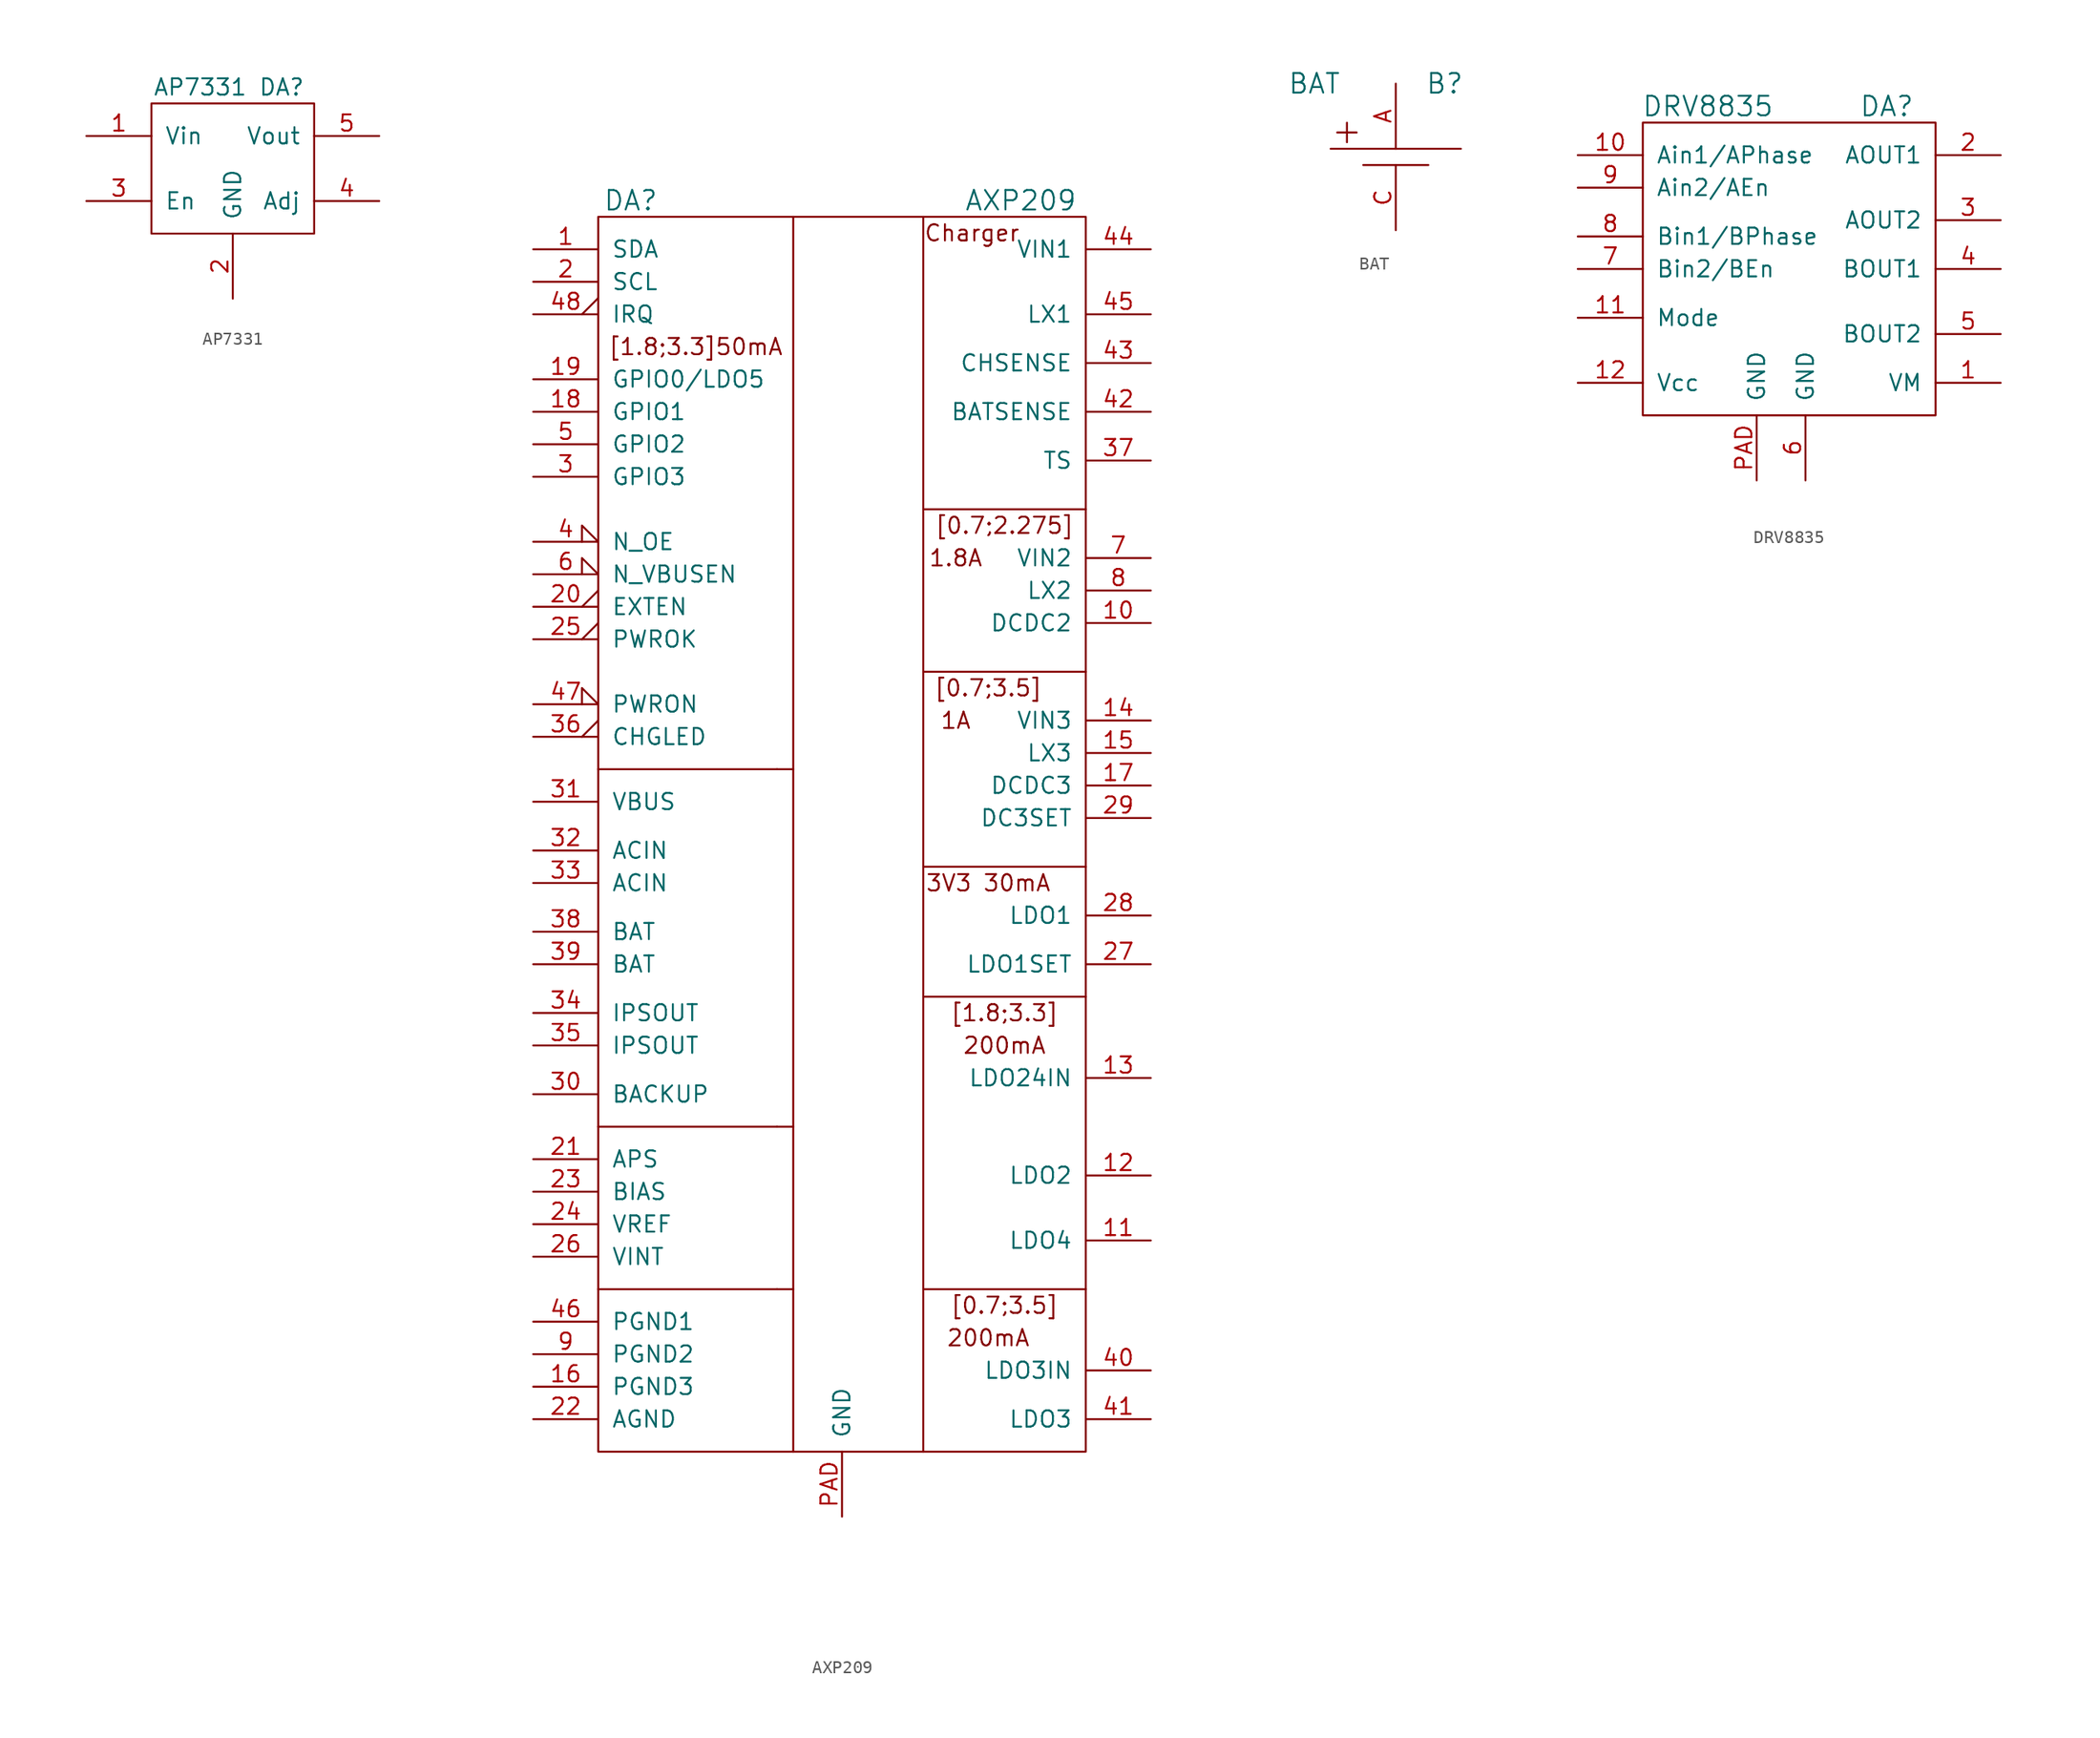
<source format=kicad_sym>
(kicad_symbol_lib
  (version 20231120)
  (generator "kicad_symbol_editor")
  (generator_version "8.0")
  (symbol "AP7331"
    (pin_names
      (offset 1.016))
    (property "Reference" "DA"
      (at 3.81 6.35 0)
      (effects (font (size 1.27 1.27))))
    (property "Value" "AP7331"
      (at -2.54 6.35 0)
      (effects (font (size 1.27 1.27))))
    (symbol "AP7331_0_1"
      (rectangle (start -6.35 5.08) (end 6.35 -5.08) (stroke (width 0) (type default)) (fill (type none))))
    (symbol "AP7331_1_1"
      (pin power_in line (at -11.43 2.54 0) (length 5.08) (name "Vin" (effects (font (size 1.27 1.27)))) (number "1" (effects (font (size 1.27 1.27)))))
      (pin passive line (at 0 -10.16 90) (length 5.08) (name "GND" (effects (font (size 1.27 1.27)))) (number "2" (effects (font (size 1.27 1.27)))))
      (pin passive line (at -11.43 -2.54 0) (length 5.08) (name "En" (effects (font (size 1.27 1.27)))) (number "3" (effects (font (size 1.27 1.27)))))
      (pin passive line (at 11.43 -2.54 180) (length 5.08) (name "Adj" (effects (font (size 1.27 1.27)))) (number "4" (effects (font (size 1.27 1.27)))))
      (pin power_out line (at 11.43 2.54 180) (length 5.08) (name "Vout" (effects (font (size 1.27 1.27)))) (number "5" (effects (font (size 1.27 1.27)))))))
  (symbol "AXP209"
    (pin_names
      (offset 1.016))
    (property "Reference" "DA"
      (at -16.51 52.07 0)
      (effects (font (size 1.524 1.524))))
    (property "Value" "AXP209"
      (at 13.97 52.07 0)
      (effects (font (size 1.524 1.524))))
    (symbol "AXP209_0_0"
      (polyline (pts (xy -5.08 -33.02) (xy -3.81 -33.02)) (stroke (width 0) (type default)) (fill (type none)))
      (polyline (pts (xy -5.08 -20.32) (xy -3.81 -20.32)) (stroke (width 0) (type default)) (fill (type none)))
      (polyline (pts (xy -5.08 7.62) (xy -3.81 7.62)) (stroke (width 0) (type default)) (fill (type none)))
      (text "1.8A" (at 8.89 24.13 0) (effects (font (size 1.27 1.27))))
      (text "1A" (at 8.89 11.43 0) (effects (font (size 1.27 1.27))))
      (text "200mA" (at 11.43 -36.83 0) (effects (font (size 1.27 1.27))))
      (text "200mA" (at 12.7 -13.97 0) (effects (font (size 1.27 1.27))))
      (text "3V3 30mA" (at 11.43 -1.27 0) (effects (font (size 1.27 1.27))))
      (text "[0.7;2.275]" (at 12.7 26.67 0) (effects (font (size 1.27 1.27))))
      (text "[0.7;3.5]" (at 11.43 13.97 0) (effects (font (size 1.27 1.27))))
      (text "[0.7;3.5]" (at 12.7 -34.29 0) (effects (font (size 1.27 1.27))))
      (text "[1.8;3.3]" (at 12.7 -11.43 0) (effects (font (size 1.27 1.27))))
      (text "[1.8;3.3]50mA" (at -11.43 40.64 0) (effects (font (size 1.27 1.27))))
      (text "Charger" (at 10.16 49.53 0) (effects (font (size 1.27 1.27)))))
    (symbol "AXP209_0_1"
      (rectangle (start -19.05 -45.72) (end 19.05 50.8) (stroke (width 0) (type default)) (fill (type none)))
      (polyline (pts (xy -19.05 -33.02) (xy -5.08 -33.02)) (stroke (width 0) (type default)) (fill (type none)))
      (polyline (pts (xy -19.05 -20.32) (xy -5.08 -20.32)) (stroke (width 0) (type default)) (fill (type none)))
      (polyline (pts (xy -19.05 7.62) (xy -5.08 7.62)) (stroke (width 0) (type default)) (fill (type none)))
      (polyline (pts (xy -3.81 -45.72) (xy -3.81 50.8)) (stroke (width 0) (type default)) (fill (type none)))
      (polyline (pts (xy 6.35 0) (xy 19.05 0)) (stroke (width 0) (type default)) (fill (type none)))
      (polyline (pts (xy 6.35 27.94) (xy 19.05 27.94)) (stroke (width 0) (type default)) (fill (type none)))
      (polyline (pts (xy 6.35 50.8) (xy 6.35 -45.72)) (stroke (width 0) (type default)) (fill (type none)))
      (polyline (pts (xy 19.05 -33.02) (xy 6.35 -33.02)) (stroke (width 0) (type default)) (fill (type none)))
      (polyline (pts (xy 19.05 -10.16) (xy 6.35 -10.16)) (stroke (width 0) (type default)) (fill (type none)))
      (polyline (pts (xy 19.05 15.24) (xy 6.35 15.24)) (stroke (width 0) (type default)) (fill (type none))))
    (symbol "AXP209_1_1"
      (pin passive line (at -24.13 48.26 0) (length 5.08) (name "SDA" (effects (font (size 1.27 1.27)))) (number "1" (effects (font (size 1.27 1.27)))))
      (pin passive line (at 24.13 19.05 180) (length 5.08) (name "DCDC2" (effects (font (size 1.27 1.27)))) (number "10" (effects (font (size 1.27 1.27)))))
      (pin power_out line (at 24.13 -29.21 180) (length 5.08) (name "LDO4" (effects (font (size 1.27 1.27)))) (number "11" (effects (font (size 1.27 1.27)))))
      (pin power_out line (at 24.13 -24.13 180) (length 5.08) (name "LDO2" (effects (font (size 1.27 1.27)))) (number "12" (effects (font (size 1.27 1.27)))))
      (pin power_in line (at 24.13 -16.51 180) (length 5.08) (name "LDO24IN" (effects (font (size 1.27 1.27)))) (number "13" (effects (font (size 1.27 1.27)))))
      (pin power_in line (at 24.13 11.43 180) (length 5.08) (name "VIN3" (effects (font (size 1.27 1.27)))) (number "14" (effects (font (size 1.27 1.27)))))
      (pin passive line (at 24.13 8.89 180) (length 5.08) (name "LX3" (effects (font (size 1.27 1.27)))) (number "15" (effects (font (size 1.27 1.27)))))
      (pin power_in line (at -24.13 -40.64 0) (length 5.08) (name "PGND3" (effects (font (size 1.27 1.27)))) (number "16" (effects (font (size 1.27 1.27)))))
      (pin passive line (at 24.13 6.35 180) (length 5.08) (name "DCDC3" (effects (font (size 1.27 1.27)))) (number "17" (effects (font (size 1.27 1.27)))))
      (pin passive line (at -24.13 35.56 0) (length 5.08) (name "GPIO1" (effects (font (size 1.27 1.27)))) (number "18" (effects (font (size 1.27 1.27)))))
      (pin passive line (at -24.13 38.1 0) (length 5.08) (name "GPIO0/LDO5" (effects (font (size 1.27 1.27)))) (number "19" (effects (font (size 1.27 1.27)))))
      (pin passive line (at -24.13 45.72 0) (length 5.08) (name "SCL" (effects (font (size 1.27 1.27)))) (number "2" (effects (font (size 1.27 1.27)))))
      (pin passive output_low (at -24.13 20.32 0) (length 5.08) (name "EXTEN" (effects (font (size 1.27 1.27)))) (number "20" (effects (font (size 1.27 1.27)))))
      (pin power_in line (at -24.13 -22.86 0) (length 5.08) (name "APS" (effects (font (size 1.27 1.27)))) (number "21" (effects (font (size 1.27 1.27)))))
      (pin power_in line (at -24.13 -43.18 0) (length 5.08) (name "AGND" (effects (font (size 1.27 1.27)))) (number "22" (effects (font (size 1.27 1.27)))))
      (pin passive line (at -24.13 -25.4 0) (length 5.08) (name "BIAS" (effects (font (size 1.27 1.27)))) (number "23" (effects (font (size 1.27 1.27)))))
      (pin passive line (at -24.13 -27.94 0) (length 5.08) (name "VREF" (effects (font (size 1.27 1.27)))) (number "24" (effects (font (size 1.27 1.27)))))
      (pin passive output_low (at -24.13 17.78 0) (length 5.08) (name "PWROK" (effects (font (size 1.27 1.27)))) (number "25" (effects (font (size 1.27 1.27)))))
      (pin passive line (at -24.13 -30.48 0) (length 5.08) (name "VINT" (effects (font (size 1.27 1.27)))) (number "26" (effects (font (size 1.27 1.27)))))
      (pin passive line (at 24.13 -7.62 180) (length 5.08) (name "LDO1SET" (effects (font (size 1.27 1.27)))) (number "27" (effects (font (size 1.27 1.27)))))
      (pin power_out line (at 24.13 -3.81 180) (length 5.08) (name "LDO1" (effects (font (size 1.27 1.27)))) (number "28" (effects (font (size 1.27 1.27)))))
      (pin passive line (at 24.13 3.81 180) (length 5.08) (name "DC3SET" (effects (font (size 1.27 1.27)))) (number "29" (effects (font (size 1.27 1.27)))))
      (pin passive line (at -24.13 30.48 0) (length 5.08) (name "GPIO3" (effects (font (size 1.27 1.27)))) (number "3" (effects (font (size 1.27 1.27)))))
      (pin passive line (at -24.13 -17.78 0) (length 5.08) (name "BACKUP" (effects (font (size 1.27 1.27)))) (number "30" (effects (font (size 1.27 1.27)))))
      (pin power_in line (at -24.13 5.08 0) (length 5.08) (name "VBUS" (effects (font (size 1.27 1.27)))) (number "31" (effects (font (size 1.27 1.27)))))
      (pin power_in line (at -24.13 1.27 0) (length 5.08) (name "ACIN" (effects (font (size 1.27 1.27)))) (number "32" (effects (font (size 1.27 1.27)))))
      (pin power_in line (at -24.13 -1.27 0) (length 5.08) (name "ACIN" (effects (font (size 1.27 1.27)))) (number "33" (effects (font (size 1.27 1.27)))))
      (pin power_out line (at -24.13 -11.43 0) (length 5.08) (name "IPSOUT" (effects (font (size 1.27 1.27)))) (number "34" (effects (font (size 1.27 1.27)))))
      (pin passive line (at -24.13 -13.97 0) (length 5.08) (name "IPSOUT" (effects (font (size 1.27 1.27)))) (number "35" (effects (font (size 1.27 1.27)))))
      (pin passive output_low (at -24.13 10.16 0) (length 5.08) (name "CHGLED" (effects (font (size 1.27 1.27)))) (number "36" (effects (font (size 1.27 1.27)))))
      (pin passive line (at 24.13 31.75 180) (length 5.08) (name "TS" (effects (font (size 1.27 1.27)))) (number "37" (effects (font (size 1.27 1.27)))))
      (pin power_in line (at -24.13 -5.08 0) (length 5.08) (name "BAT" (effects (font (size 1.27 1.27)))) (number "38" (effects (font (size 1.27 1.27)))))
      (pin power_in line (at -24.13 -7.62 0) (length 5.08) (name "BAT" (effects (font (size 1.27 1.27)))) (number "39" (effects (font (size 1.27 1.27)))))
      (pin passive input_low (at -24.13 25.4 0) (length 5.08) (name "N_OE" (effects (font (size 1.27 1.27)))) (number "4" (effects (font (size 1.27 1.27)))))
      (pin power_in line (at 24.13 -39.37 180) (length 5.08) (name "LDO3IN" (effects (font (size 1.27 1.27)))) (number "40" (effects (font (size 1.27 1.27)))))
      (pin power_out line (at 24.13 -43.18 180) (length 5.08) (name "LDO3" (effects (font (size 1.27 1.27)))) (number "41" (effects (font (size 1.27 1.27)))))
      (pin passive line (at 24.13 35.56 180) (length 5.08) (name "BATSENSE" (effects (font (size 1.27 1.27)))) (number "42" (effects (font (size 1.27 1.27)))))
      (pin passive line (at 24.13 39.37 180) (length 5.08) (name "CHSENSE" (effects (font (size 1.27 1.27)))) (number "43" (effects (font (size 1.27 1.27)))))
      (pin power_in line (at 24.13 48.26 180) (length 5.08) (name "VIN1" (effects (font (size 1.27 1.27)))) (number "44" (effects (font (size 1.27 1.27)))))
      (pin passive line (at 24.13 43.18 180) (length 5.08) (name "LX1" (effects (font (size 1.27 1.27)))) (number "45" (effects (font (size 1.27 1.27)))))
      (pin power_in line (at -24.13 -35.56 0) (length 5.08) (name "PGND1" (effects (font (size 1.27 1.27)))) (number "46" (effects (font (size 1.27 1.27)))))
      (pin passive input_low (at -24.13 12.7 0) (length 5.08) (name "PWRON" (effects (font (size 1.27 1.27)))) (number "47" (effects (font (size 1.27 1.27)))))
      (pin passive output_low (at -24.13 43.18 0) (length 5.08) (name "IRQ" (effects (font (size 1.27 1.27)))) (number "48" (effects (font (size 1.27 1.27)))))
      (pin passive line (at -24.13 33.02 0) (length 5.08) (name "GPIO2" (effects (font (size 1.27 1.27)))) (number "5" (effects (font (size 1.27 1.27)))))
      (pin passive input_low (at -24.13 22.86 0) (length 5.08) (name "N_VBUSEN" (effects (font (size 1.27 1.27)))) (number "6" (effects (font (size 1.27 1.27)))))
      (pin power_in line (at 24.13 24.13 180) (length 5.08) (name "VIN2" (effects (font (size 1.27 1.27)))) (number "7" (effects (font (size 1.27 1.27)))))
      (pin passive line (at 24.13 21.59 180) (length 5.08) (name "LX2" (effects (font (size 1.27 1.27)))) (number "8" (effects (font (size 1.27 1.27)))))
      (pin power_in line (at -24.13 -38.1 0) (length 5.08) (name "PGND2" (effects (font (size 1.27 1.27)))) (number "9" (effects (font (size 1.27 1.27)))))
      (pin power_in line (at 0 -50.8 90) (length 5.08) (name "GND" (effects (font (size 1.27 1.27)))) (number "PAD" (effects (font (size 1.27 1.27)))))))
  (symbol "BAT"
    (pin_names
      (offset 1.016) hide)
    (property "Reference" "B"
      (at 3.81 5.08 0)
      (effects (font (size 1.524 1.524))))
    (property "Value" "BAT"
      (at -6.35 5.08 0)
      (effects (font (size 1.524 1.524))))
    (property "Footprint" ""
      (at 0 0 0)
      (effects (font (size 1.524 1.524))))
    (property "Datasheet" ""
      (at 0 0 0)
      (effects (font (size 1.524 1.524))))
    (symbol "BAT_0_1"
      (polyline (pts (xy -5.08 0) (xy 5.08 0) (xy 5.08 0)) (stroke (width 0) (type default)) (fill (type background)))
      (polyline (pts (xy -4.572 1.27) (xy -3.048 1.27) (xy -3.048 1.27)) (stroke (width 0) (type default)) (fill (type background)))
      (polyline (pts (xy -3.81 2.032) (xy -3.81 0.508) (xy -3.81 0.508)) (stroke (width 0) (type default)) (fill (type background)))
      (polyline (pts (xy -2.54 -1.27) (xy 2.54 -1.27) (xy 2.54 -1.27)) (stroke (width 0) (type default)) (fill (type background))))
    (symbol "BAT_1_1"
      (pin power_out line (at 0 5.08 270) (length 5.08) (name "A" (effects (font (size 1.27 1.27)))) (number "A" (effects (font (size 1.27 1.27)))))
      (pin power_out line (at 0 -6.35 90) (length 5.08) (name "C" (effects (font (size 1.27 1.27)))) (number "C" (effects (font (size 1.27 1.27)))))))
  (symbol "DRV8835"
    (pin_names
      (offset 1.016))
    (property "Reference" "DA"
      (at 7.62 12.7 0)
      (effects (font (size 1.524 1.524))))
    (property "Value" "DRV8835"
      (at -6.35 12.7 0)
      (effects (font (size 1.524 1.524))))
    (symbol "DRV8835_0_1"
      (rectangle (start -11.43 11.43) (end 11.43 -11.43) (stroke (width 0) (type default)) (fill (type none))))
    (symbol "DRV8835_1_1"
      (pin power_in line (at 16.51 -8.89 180) (length 5.08) (name "VM" (effects (font (size 1.27 1.27)))) (number "1" (effects (font (size 1.27 1.27)))))
      (pin passive line (at -16.51 8.89 0) (length 5.08) (name "Ain1/APhase" (effects (font (size 1.27 1.27)))) (number "10" (effects (font (size 1.27 1.27)))))
      (pin passive line (at -16.51 -3.81 0) (length 5.08) (name "Mode" (effects (font (size 1.27 1.27)))) (number "11" (effects (font (size 1.27 1.27)))))
      (pin power_in line (at -16.51 -8.89 0) (length 5.08) (name "Vcc" (effects (font (size 1.27 1.27)))) (number "12" (effects (font (size 1.27 1.27)))))
      (pin passive line (at 16.51 8.89 180) (length 5.08) (name "AOUT1" (effects (font (size 1.27 1.27)))) (number "2" (effects (font (size 1.27 1.27)))))
      (pin passive line (at 16.51 3.81 180) (length 5.08) (name "AOUT2" (effects (font (size 1.27 1.27)))) (number "3" (effects (font (size 1.27 1.27)))))
      (pin passive line (at 16.51 0 180) (length 5.08) (name "BOUT1" (effects (font (size 1.27 1.27)))) (number "4" (effects (font (size 1.27 1.27)))))
      (pin passive line (at 16.51 -5.08 180) (length 5.08) (name "BOUT2" (effects (font (size 1.27 1.27)))) (number "5" (effects (font (size 1.27 1.27)))))
      (pin power_in line (at 1.27 -16.51 90) (length 5.08) (name "GND" (effects (font (size 1.27 1.27)))) (number "6" (effects (font (size 1.27 1.27)))))
      (pin passive line (at -16.51 0 0) (length 5.08) (name "Bin2/BEn" (effects (font (size 1.27 1.27)))) (number "7" (effects (font (size 1.27 1.27)))))
      (pin passive line (at -16.51 2.54 0) (length 5.08) (name "Bin1/BPhase" (effects (font (size 1.27 1.27)))) (number "8" (effects (font (size 1.27 1.27)))))
      (pin passive line (at -16.51 6.35 0) (length 5.08) (name "Ain2/AEn" (effects (font (size 1.27 1.27)))) (number "9" (effects (font (size 1.27 1.27)))))
      (pin power_in line (at -2.54 -16.51 90) (length 5.08) (name "GND" (effects (font (size 1.27 1.27)))) (number "PAD" (effects (font (size 1.27 1.27))))))))
</source>
